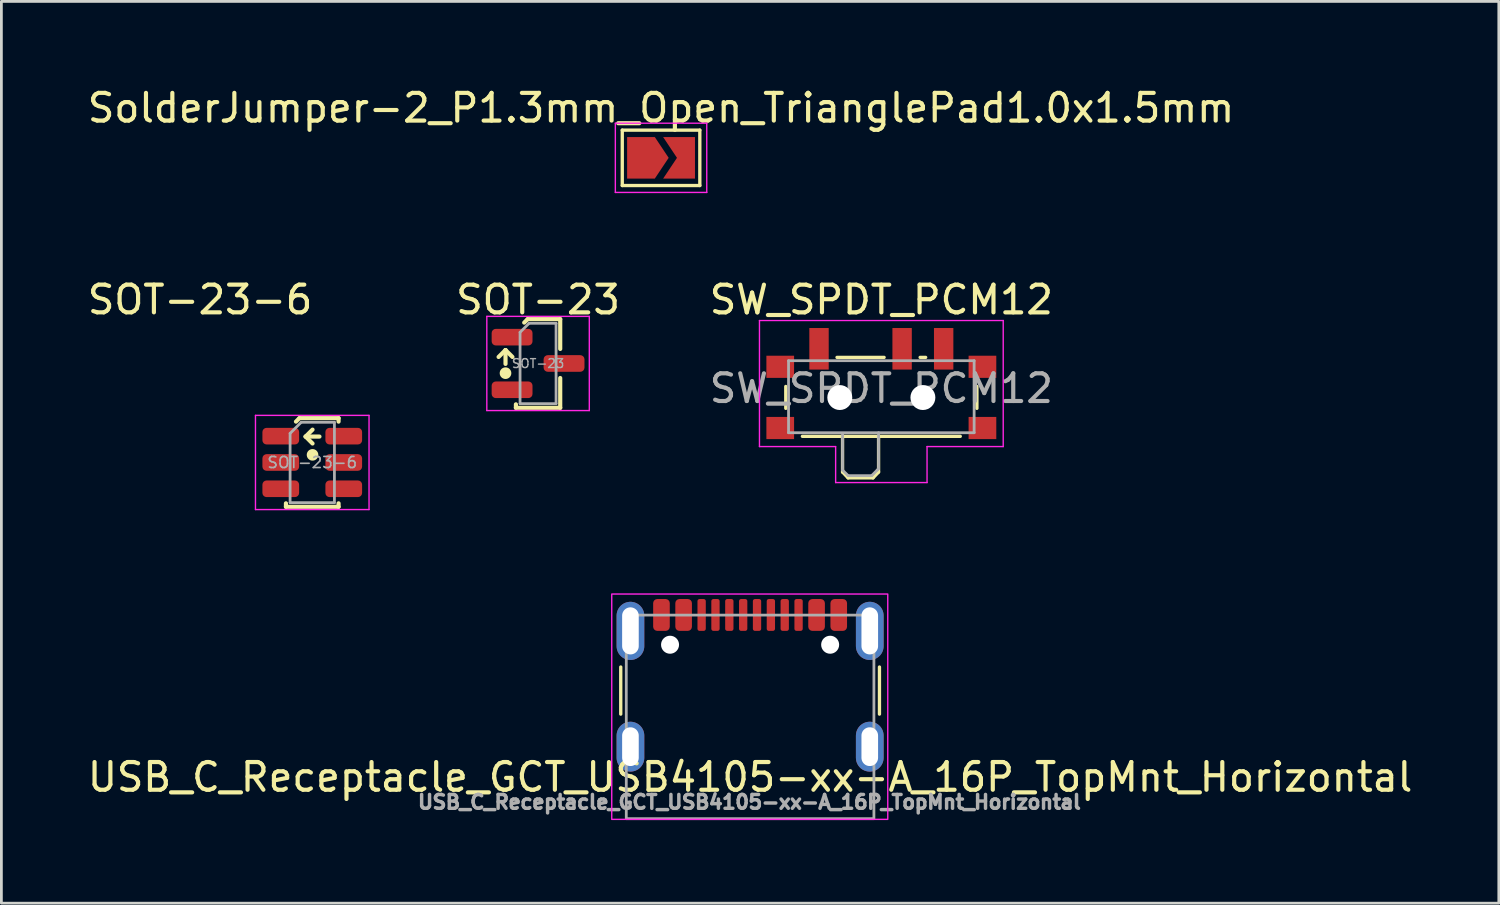
<source format=kicad_pcb>
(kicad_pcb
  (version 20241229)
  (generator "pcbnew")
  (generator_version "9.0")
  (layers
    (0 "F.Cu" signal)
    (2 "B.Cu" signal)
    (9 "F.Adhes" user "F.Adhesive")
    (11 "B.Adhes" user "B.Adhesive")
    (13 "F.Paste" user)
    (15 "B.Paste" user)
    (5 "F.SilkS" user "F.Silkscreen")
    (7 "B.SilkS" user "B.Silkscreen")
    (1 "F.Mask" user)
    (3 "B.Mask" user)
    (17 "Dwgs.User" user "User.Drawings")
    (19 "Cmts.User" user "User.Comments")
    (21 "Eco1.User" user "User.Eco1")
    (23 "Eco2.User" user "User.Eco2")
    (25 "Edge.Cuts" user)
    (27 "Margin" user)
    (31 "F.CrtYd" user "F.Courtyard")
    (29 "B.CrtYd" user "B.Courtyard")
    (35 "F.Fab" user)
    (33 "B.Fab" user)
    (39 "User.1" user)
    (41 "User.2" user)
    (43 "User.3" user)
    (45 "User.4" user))
  (footprint "SOT-23-6"
    (layer "F.Cu")
    (at 8.223 13.646)
    (property "Reference" "SOT-23-6" (at -4.05 -5.875 180) (layer "F.SilkS") (effects (font (size 1 1) (thickness 0.15))))
    (attr smd)
    (fp_line (start -0.95 1.475) (end -0.95 1.6) (stroke (width 0.15) (type solid)) (layer "F.SilkS"))
    (fp_line (start -0.463 -1.6) (end -0.588 -1.475) (stroke (width 0.15) (type solid)) (layer "F.SilkS"))
    (fp_line (start -0.24 -0.935) (end 0.01 -1.185) (stroke (width 0.15) (type default)) (layer "F.SilkS"))
    (fp_line (start -0.24 -0.935) (end 0.01 -0.685) (stroke (width 0.15) (type default)) (layer "F.SilkS"))
    (fp_line (start -0.24 -0.935) (end 0.26 -0.935) (stroke (width 0.15) (type default)) (layer "F.SilkS"))
    (fp_line (start 0.95 -1.6) (end -0.463 -1.6) (stroke (width 0.15) (type solid)) (layer "F.SilkS"))
    (fp_line (start 0.95 -1.6) (end 0.95 -1.475) (stroke (width 0.15) (type solid)) (layer "F.SilkS"))
    (fp_line (start 0.95 1.475) (end 0.95 1.6) (stroke (width 0.15) (type solid)) (layer "F.SilkS"))
    (fp_line (start 0.95 1.6) (end -0.95 1.6) (stroke (width 0.15) (type solid)) (layer "F.SilkS"))
    (fp_circle (center 0.01 -0.275) (end 0.144 -0.275) (stroke (width 0.15) (type solid)) (fill yes) (layer "F.SilkS"))
    (fp_line (start -2.05 -1.7) (end -2.05 1.7) (stroke (width 0.05) (type solid)) (layer "F.CrtYd"))
    (fp_line (start -2.05 1.7) (end 2.05 1.7) (stroke (width 0.05) (type solid)) (layer "F.CrtYd"))
    (fp_line (start 2.05 -1.7) (end -2.05 -1.7) (stroke (width 0.05) (type solid)) (layer "F.CrtYd"))
    (fp_line (start 2.05 1.7) (end 2.05 -1.7) (stroke (width 0.05) (type solid)) (layer "F.CrtYd"))
    (fp_line (start -0.8 -1.05) (end -0.4 -1.45) (stroke (width 0.1) (type solid)) (layer "F.Fab"))
    (fp_line (start -0.8 1.45) (end -0.8 -1.05) (stroke (width 0.1) (type solid)) (layer "F.Fab"))
    (fp_line (start -0.4 -1.45) (end 0.8 -1.45) (stroke (width 0.1) (type solid)) (layer "F.Fab"))
    (fp_line (start 0.8 -1.45) (end 0.8 1.45) (stroke (width 0.1) (type solid)) (layer "F.Fab"))
    (fp_line (start 0.8 1.45) (end -0.8 1.45) (stroke (width 0.1) (type solid)) (layer "F.Fab"))
    (fp_text user "${REFERENCE}" (at 0 0 180) (layer "F.Fab") (effects (font (size 0.4 0.4) (thickness 0.06))))
    (pad "1" smd roundrect (at -1.137 -0.95) (size 1.325 0.6) (layers "F.Cu" "F.Mask" "F.Paste") (roundrect_rratio 0.25))
    (pad "2" smd roundrect (at -1.137 0) (size 1.325 0.6) (layers "F.Cu" "F.Mask" "F.Paste") (roundrect_rratio 0.25))
    (pad "3" smd roundrect (at -1.137 0.95) (size 1.325 0.6) (layers "F.Cu" "F.Mask" "F.Paste") (roundrect_rratio 0.25))
    (pad "4" smd roundrect (at 1.137 0.95) (size 1.325 0.6) (layers "F.Cu" "F.Mask" "F.Paste") (roundrect_rratio 0.25))
    (pad "5" smd roundrect (at 1.137 0) (size 1.325 0.6) (layers "F.Cu" "F.Mask" "F.Paste") (roundrect_rratio 0.25))
    (pad "6" smd roundrect (at 1.137 -0.95) (size 1.325 0.6) (layers "F.Cu" "F.Mask" "F.Paste") (roundrect_rratio 0.25)))
  (footprint "USB_C_Receptacle_GCT_USB4105-xx-A_16P_TopMnt_Horizontal"
    (layer "F.Cu")
    (at 24.03 22.831)
    (property "Reference" "USB_C_Receptacle_GCT_USB4105-xx-A_16P_TopMnt_Horizontal" (at 0 2.175 0) (unlocked yes) (layer "F.SilkS") (effects (font (size 1 1) (thickness 0.15))))
    (attr smd)
    (fp_line (start -4.67 -0.1) (end -4.67 -1.8) (stroke (width 0.12) (type solid)) (layer "F.SilkS"))
    (fp_line (start 4.67 -0.1) (end 4.67 -1.8) (stroke (width 0.12) (type solid)) (layer "F.SilkS"))
    (fp_rect (start -4.995 -4.435) (end 4.97 3.7) (stroke (width 0.05) (type solid)) (fill no) (layer "F.CrtYd"))
    (fp_rect (start -4.47 -3.675) (end 4.47 3.675) (stroke (width 0.1) (type solid)) (fill no) (layer "F.Fab"))
    (fp_text user "${REFERENCE}" (at -0.025 3.075 0) (unlocked yes) (layer "F.Fab") (effects (font (size 0.5 0.5) (thickness 0.125))))
    (pad "" np_thru_hole circle (at -2.89 -2.605) (size 0.65 0.65) (drill 0.65) (layers "*.Cu" "*.Mask"))
    (pad "" np_thru_hole circle (at 2.89 -2.605) (size 0.65 0.65) (drill 0.65) (layers "*.Cu" "*.Mask"))
    (pad "A1" smd roundrect (at -3.2 -3.68) (size 0.6 1.15) (layers "F.Cu" "F.Mask" "F.Paste") (roundrect_rratio 0.25))
    (pad "A1" smd roundrect (at 3.2 -3.68) (size 0.6 1.15) (layers "F.Cu" "F.Mask" "F.Paste") (roundrect_rratio 0.25))
    (pad "A4" smd roundrect (at -2.4 -3.68) (size 0.6 1.15) (layers "F.Cu" "F.Mask" "F.Paste") (roundrect_rratio 0.25))
    (pad "A4" smd roundrect (at 2.4 -3.68) (size 0.6 1.15) (layers "F.Cu" "F.Mask" "F.Paste") (roundrect_rratio 0.25))
    (pad "A5" smd roundrect (at -1.25 -3.68) (size 0.3 1.15) (layers "F.Cu" "F.Mask" "F.Paste") (roundrect_rratio 0.25))
    (pad "A6" smd roundrect (at -0.25 -3.68) (size 0.3 1.15) (layers "F.Cu" "F.Mask" "F.Paste") (roundrect_rratio 0.25))
    (pad "A7" smd roundrect (at 0.25 -3.68) (size 0.3 1.15) (layers "F.Cu" "F.Mask" "F.Paste") (roundrect_rratio 0.25))
    (pad "A8" smd roundrect (at 1.25 -3.68) (size 0.3 1.15) (layers "F.Cu" "F.Mask" "F.Paste") (roundrect_rratio 0.25))
    (pad "B5" smd roundrect (at 1.75 -3.68) (size 0.3 1.15) (layers "F.Cu" "F.Mask" "F.Paste") (roundrect_rratio 0.25))
    (pad "B6" smd roundrect (at 0.75 -3.68) (size 0.3 1.15) (layers "F.Cu" "F.Mask" "F.Paste") (roundrect_rratio 0.25))
    (pad "B7" smd roundrect (at -0.75 -3.68) (size 0.3 1.15) (layers "F.Cu" "F.Mask" "F.Paste") (roundrect_rratio 0.25))
    (pad "B8" smd roundrect (at -1.75 -3.68) (size 0.3 1.15) (layers "F.Cu" "F.Mask" "F.Paste") (roundrect_rratio 0.25))
    (pad "S1" thru_hole oval (at -4.32 -3.105) (size 1 2.1) (drill oval 0.6 1.7) (layers "*.Cu" "*.Mask" "F.Paste"))
    (pad "S1" thru_hole oval (at -4.32 1.075) (size 1 1.8) (drill oval 0.6 1.4) (layers "*.Cu" "*.Mask" "F.Paste"))
    (pad "S1" thru_hole oval (at 4.32 -3.105) (size 1 2.1) (drill oval 0.6 1.7) (layers "*.Cu" "*.Mask" "F.Paste"))
    (pad "S1" thru_hole oval (at 4.32 1.075) (size 1 1.8) (drill oval 0.6 1.4) (layers "*.Cu" "*.Mask" "F.Paste")))
  (footprint "SW_SPDT_PCM12"
    (layer "F.Cu")
    (at 28.768 10.972)
    (property "Reference" "SW_SPDT_PCM12" (at 0 -3.2 0) (layer "F.SilkS") (effects (font (size 1 1) (thickness 0.15))))
    (attr smd)
    (fp_line (start -3.45 -0.07) (end -3.45 0.72) (stroke (width 0.12) (type solid)) (layer "F.SilkS"))
    (fp_line (start -2.85 1.73) (end 2.85 1.73) (stroke (width 0.12) (type solid)) (layer "F.SilkS"))
    (fp_line (start -1.6 -1.12) (end 0.1 -1.12) (stroke (width 0.12) (type solid)) (layer "F.SilkS"))
    (fp_line (start -1.4 1.73) (end -1.4 3.02) (stroke (width 0.12) (type solid)) (layer "F.SilkS"))
    (fp_line (start -1.4 3.02) (end -1.2 3.23) (stroke (width 0.12) (type solid)) (layer "F.SilkS"))
    (fp_line (start -1.2 3.23) (end -0.3 3.23) (stroke (width 0.12) (type solid)) (layer "F.SilkS"))
    (fp_line (start -0.1 3.02) (end -0.3 3.23) (stroke (width 0.12) (type solid)) (layer "F.SilkS"))
    (fp_line (start -0.1 3.02) (end -0.1 1.73) (stroke (width 0.12) (type solid)) (layer "F.SilkS"))
    (fp_line (start 1.4 -1.12) (end 1.6 -1.12) (stroke (width 0.12) (type solid)) (layer "F.SilkS"))
    (fp_line (start 3.45 0.72) (end 3.45 -0.07) (stroke (width 0.12) (type solid)) (layer "F.SilkS"))
    (fp_line (start -4.4 -2.45) (end 4.4 -2.45) (stroke (width 0.05) (type solid)) (layer "F.CrtYd"))
    (fp_line (start -4.4 2.1) (end -4.4 -2.45) (stroke (width 0.05) (type solid)) (layer "F.CrtYd"))
    (fp_line (start -1.65 2.1) (end -4.4 2.1) (stroke (width 0.05) (type solid)) (layer "F.CrtYd"))
    (fp_line (start -1.65 3.4) (end -1.65 2.1) (stroke (width 0.05) (type solid)) (layer "F.CrtYd"))
    (fp_line (start 1.65 2.1) (end 1.65 3.4) (stroke (width 0.05) (type solid)) (layer "F.CrtYd"))
    (fp_line (start 1.65 3.4) (end -1.65 3.4) (stroke (width 0.05) (type solid)) (layer "F.CrtYd"))
    (fp_line (start 4.4 -2.45) (end 4.4 2.1) (stroke (width 0.05) (type solid)) (layer "F.CrtYd"))
    (fp_line (start 4.4 2.1) (end 1.65 2.1) (stroke (width 0.05) (type solid)) (layer "F.CrtYd"))
    (fp_line (start -3.35 -1) (end -3.35 1.6) (stroke (width 0.1) (type solid)) (layer "F.Fab"))
    (fp_line (start -3.35 1.6) (end 3.35 1.6) (stroke (width 0.1) (type solid)) (layer "F.Fab"))
    (fp_line (start -1.4 1.65) (end -1.4 2.95) (stroke (width 0.1) (type solid)) (layer "F.Fab"))
    (fp_line (start -1.4 2.95) (end -1.2 3.15) (stroke (width 0.1) (type solid)) (layer "F.Fab"))
    (fp_line (start -1.2 3.15) (end -0.35 3.15) (stroke (width 0.1) (type solid)) (layer "F.Fab"))
    (fp_line (start -0.35 3.15) (end -0.15 2.95) (stroke (width 0.1) (type solid)) (layer "F.Fab"))
    (fp_line (start -0.15 2.95) (end -0.1 2.9) (stroke (width 0.1) (type solid)) (layer "F.Fab"))
    (fp_line (start -0.1 2.9) (end -0.1 1.6) (stroke (width 0.1) (type solid)) (layer "F.Fab"))
    (fp_line (start 3.35 -1) (end -3.35 -1) (stroke (width 0.1) (type solid)) (layer "F.Fab"))
    (fp_line (start 3.35 1.6) (end 3.35 -1) (stroke (width 0.1) (type solid)) (layer "F.Fab"))
    (fp_text user "${REFERENCE}" (at 0 0 0) (layer "F.Fab") (effects (font (size 1 1) (thickness 0.15))))
    (pad "" smd rect (at -3.65 -0.78) (size 1 0.8) (layers "F.Cu" "F.Mask" "F.Paste"))
    (pad "" smd rect (at -3.65 1.43) (size 1 0.8) (layers "F.Cu" "F.Mask" "F.Paste"))
    (pad "" np_thru_hole circle (at -1.5 0.33) (size 0.9 0.9) (drill 0.9) (layers "*.Cu" "*.Mask"))
    (pad "" np_thru_hole circle (at 1.5 0.33) (size 0.9 0.9) (drill 0.9) (layers "*.Cu" "*.Mask"))
    (pad "" smd rect (at 3.65 -0.78) (size 1 0.8) (layers "F.Cu" "F.Mask" "F.Paste"))
    (pad "" smd rect (at 3.65 1.43) (size 1 0.8) (layers "F.Cu" "F.Mask" "F.Paste"))
    (pad "1" smd rect (at -2.25 -1.43) (size 0.7 1.5) (layers "F.Cu" "F.Mask" "F.Paste"))
    (pad "2" smd rect (at 0.75 -1.43) (size 0.7 1.5) (layers "F.Cu" "F.Mask" "F.Paste"))
    (pad "3" smd rect (at 2.25 -1.43) (size 0.7 1.5) (layers "F.Cu" "F.Mask" "F.Paste")))
  (footprint "SOT-23"
    (layer "F.Cu")
    (at 16.375 10.072)
    (property "Reference" "SOT-23" (at 0 -2.3 0) (layer "F.SilkS") (effects (font (size 1 1) (thickness 0.15))))
    (attr smd)
    (fp_line (start -1.175 -0.485) (end -1.425 -0.235) (stroke (width 0.15) (type default)) (layer "F.SilkS"))
    (fp_line (start -1.175 -0.485) (end -1.175 0.015) (stroke (width 0.15) (type default)) (layer "F.SilkS"))
    (fp_line (start -1.175 -0.485) (end -0.925 -0.235) (stroke (width 0.15) (type default)) (layer "F.SilkS"))
    (fp_line (start -0.8 1.6) (end -0.8 1.475) (stroke (width 0.15) (type solid)) (layer "F.SilkS"))
    (fp_line (start -0.8 1.6) (end 0.8 1.6) (stroke (width 0.15) (type solid)) (layer "F.SilkS"))
    (fp_line (start -0.375 -1.6) (end -0.5 -1.475) (stroke (width 0.15) (type solid)) (layer "F.SilkS"))
    (fp_line (start 0.8 -1.6) (end -0.375 -1.6) (stroke (width 0.15) (type solid)) (layer "F.SilkS"))
    (fp_line (start 0.8 -1.6) (end 0.8 -0.525) (stroke (width 0.15) (type solid)) (layer "F.SilkS"))
    (fp_line (start 0.8 0.525) (end 0.8 1.6) (stroke (width 0.15) (type solid)) (layer "F.SilkS"))
    (fp_circle (center -1.175 0.35) (end -1.175 0.485) (stroke (width 0.15) (type solid)) (fill yes) (layer "F.SilkS"))
    (fp_line (start -1.85 -1.7) (end -1.85 1.7) (stroke (width 0.05) (type solid)) (layer "F.CrtYd"))
    (fp_line (start -1.85 1.7) (end 1.85 1.7) (stroke (width 0.05) (type solid)) (layer "F.CrtYd"))
    (fp_line (start 1.85 -1.7) (end -1.85 -1.7) (stroke (width 0.05) (type solid)) (layer "F.CrtYd"))
    (fp_line (start 1.85 1.7) (end 1.85 -1.7) (stroke (width 0.05) (type solid)) (layer "F.CrtYd"))
    (fp_line (start -0.65 -1.125) (end -0.325 -1.45) (stroke (width 0.1) (type solid)) (layer "F.Fab"))
    (fp_line (start -0.65 1.45) (end -0.65 -1.125) (stroke (width 0.1) (type solid)) (layer "F.Fab"))
    (fp_line (start -0.325 -1.45) (end 0.65 -1.45) (stroke (width 0.1) (type solid)) (layer "F.Fab"))
    (fp_line (start 0.65 -1.45) (end 0.65 1.45) (stroke (width 0.1) (type solid)) (layer "F.Fab"))
    (fp_line (start 0.65 1.45) (end -0.65 1.45) (stroke (width 0.1) (type solid)) (layer "F.Fab"))
    (fp_text user "${REFERENCE}" (at 0 0 0) (layer "F.Fab") (effects (font (size 0.32 0.32) (thickness 0.05))))
    (pad "1" smd roundrect (at -0.938 -0.95) (size 1.475 0.6) (layers "F.Cu" "F.Mask" "F.Paste") (roundrect_rratio 0.25))
    (pad "2" smd roundrect (at -0.938 0.95) (size 1.475 0.6) (layers "F.Cu" "F.Mask" "F.Paste") (roundrect_rratio 0.25))
    (pad "3" smd roundrect (at 0.938 0) (size 1.475 0.6) (layers "F.Cu" "F.Mask" "F.Paste") (roundrect_rratio 0.25)))
  (footprint "SolderJumper-2_P1.3mm_Open_TrianglePad1.0x1.5mm"
    (layer "F.Cu")
    (at 20.815 2.648)
    (property "Reference" "SolderJumper-2_P1.3mm_Open_TrianglePad1.0x1.5mm" (at 0 -1.8 0) (layer "F.SilkS") (effects (font (size 1 1) (thickness 0.15))))
    (attr exclude_from_pos_files exclude_from_bom)
    (fp_line (start -1.4 -1) (end 1.4 -1) (stroke (width 0.12) (type solid)) (layer "F.SilkS"))
    (fp_line (start -1.4 1) (end -1.4 -1) (stroke (width 0.12) (type solid)) (layer "F.SilkS"))
    (fp_line (start 1.4 -1) (end 1.4 1) (stroke (width 0.12) (type solid)) (layer "F.SilkS"))
    (fp_line (start 1.4 1) (end -1.4 1) (stroke (width 0.12) (type solid)) (layer "F.SilkS"))
    (fp_line (start -1.65 -1.25) (end -1.65 1.25) (stroke (width 0.05) (type solid)) (layer "F.CrtYd"))
    (fp_line (start -1.65 -1.25) (end 1.65 -1.25) (stroke (width 0.05) (type solid)) (layer "F.CrtYd"))
    (fp_line (start 1.65 1.25) (end -1.65 1.25) (stroke (width 0.05) (type solid)) (layer "F.CrtYd"))
    (fp_line (start 1.65 1.25) (end 1.65 -1.25) (stroke (width 0.05) (type solid)) (layer "F.CrtYd"))
    (pad "1" smd custom (at -0.725 0) (size 0.3 0.3) (layers "F.Cu" "F.Mask") (options (anchor rect)) (primitives (gr_poly (pts (xy 1 0) (xy 0.5 0.75) (xy -0.5 0.75) (xy -0.5 -0.75) (xy 0.5 -0.75)) (width 0) (fill yes))))
    (pad "2" smd custom (at 0.725 0) (size 0.3 0.3) (layers "F.Cu" "F.Mask") (options (anchor rect)) (primitives (gr_poly (pts (xy 0.5 0.75) (xy -0.65 0.75) (xy -0.15 0) (xy -0.65 -0.75) (xy 0.5 -0.75)) (width 0) (fill yes)))))
  (gr_rect
    (start -3 -3)
    (end 51.06 29.556)
    (stroke (width 0.1) (type default))
    (fill no)
    (layer "Edge.Cuts")))
</source>
